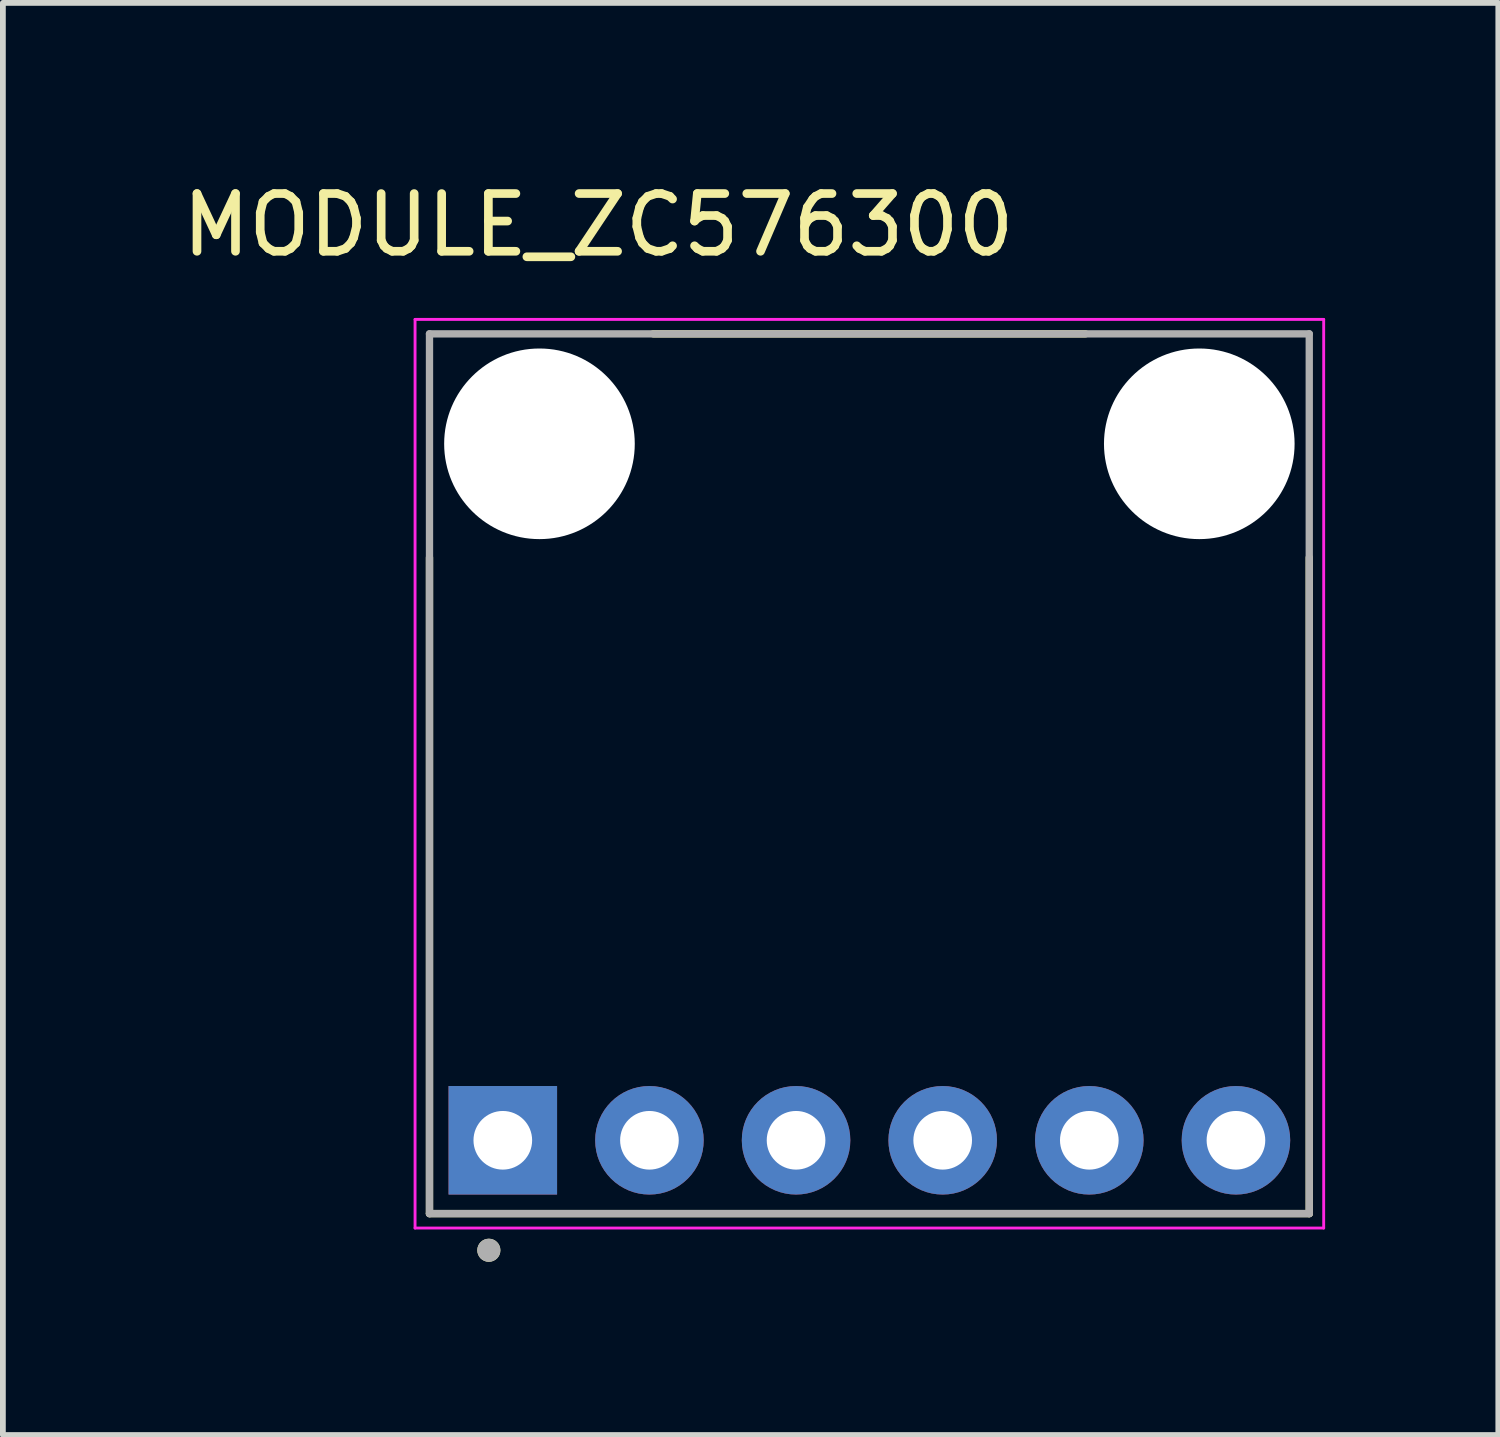
<source format=kicad_pcb>
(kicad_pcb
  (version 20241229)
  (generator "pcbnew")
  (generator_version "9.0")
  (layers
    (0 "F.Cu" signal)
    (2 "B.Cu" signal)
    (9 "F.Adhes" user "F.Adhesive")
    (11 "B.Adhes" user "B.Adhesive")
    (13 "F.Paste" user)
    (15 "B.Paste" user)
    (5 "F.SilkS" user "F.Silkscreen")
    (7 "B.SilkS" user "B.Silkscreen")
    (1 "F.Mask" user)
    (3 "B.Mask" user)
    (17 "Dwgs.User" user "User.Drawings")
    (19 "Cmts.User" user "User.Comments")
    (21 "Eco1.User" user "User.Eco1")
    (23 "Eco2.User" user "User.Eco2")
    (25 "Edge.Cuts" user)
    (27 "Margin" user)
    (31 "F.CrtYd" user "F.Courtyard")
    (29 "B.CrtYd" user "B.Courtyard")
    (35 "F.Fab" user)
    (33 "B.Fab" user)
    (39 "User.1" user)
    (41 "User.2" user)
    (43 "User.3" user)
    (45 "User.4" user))
  (footprint "MODULE_ZC576300"
    (layer "F.Cu")
    (at 12.01 10.353)
    (property "Reference" "MODULE_ZC576300" (at -4.695 -9.505 0) (layer "F.SilkS") (effects (font (size 1 1) (thickness 0.15))))
    (attr through_hole)
    (fp_line (start -7.62 7.62) (end -7.62 -3.744) (stroke (width 0.127) (type solid)) (layer "F.SilkS"))
    (fp_line (start -3.744 -7.62) (end 3.744 -7.62) (stroke (width 0.127) (type solid)) (layer "F.SilkS"))
    (fp_line (start 7.62 7.62) (end -7.62 7.62) (stroke (width 0.127) (type solid)) (layer "F.SilkS"))
    (fp_line (start 7.62 7.62) (end 7.62 -3.744) (stroke (width 0.127) (type solid)) (layer "F.SilkS"))
    (fp_circle (center -6.592 8.255) (end -6.492 8.255) (stroke (width 0.2) (type solid)) (fill no) (layer "F.SilkS"))
    (fp_line (start -7.87 -7.87) (end -7.87 7.87) (stroke (width 0.05) (type solid)) (layer "F.CrtYd"))
    (fp_line (start -7.87 7.87) (end 7.87 7.87) (stroke (width 0.05) (type solid)) (layer "F.CrtYd"))
    (fp_line (start 7.87 -7.87) (end -7.87 -7.87) (stroke (width 0.05) (type solid)) (layer "F.CrtYd"))
    (fp_line (start 7.87 7.87) (end 7.87 -7.87) (stroke (width 0.05) (type solid)) (layer "F.CrtYd"))
    (fp_line (start -7.62 -7.62) (end 7.62 -7.62) (stroke (width 0.127) (type solid)) (layer "F.Fab"))
    (fp_line (start -7.62 7.62) (end -7.62 -7.62) (stroke (width 0.127) (type solid)) (layer "F.Fab"))
    (fp_line (start 7.62 -7.62) (end 7.62 7.62) (stroke (width 0.127) (type solid)) (layer "F.Fab"))
    (fp_line (start 7.62 7.62) (end -7.62 7.62) (stroke (width 0.127) (type solid)) (layer "F.Fab"))
    (fp_circle (center -6.592 8.255) (end -6.492 8.255) (stroke (width 0.2) (type solid)) (fill no) (layer "F.Fab"))
    (pad "" np_thru_hole circle (at -5.715 -5.715) (size 3.302 3.302) (drill 3.302) (layers "*.Cu" "*.Mask"))
    (pad "" np_thru_hole circle (at 5.715 -5.715) (size 3.302 3.302) (drill 3.302) (layers "*.Cu" "*.Mask"))
    (pad "1" thru_hole rect (at -6.35 6.35) (size 1.88 1.88) (drill 1.016) (layers "*.Cu" "*.Mask"))
    (pad "2" thru_hole circle (at -3.81 6.35) (size 1.88 1.88) (drill 1.016) (layers "*.Cu" "*.Mask"))
    (pad "3" thru_hole circle (at -1.27 6.35) (size 1.88 1.88) (drill 1.016) (layers "*.Cu" "*.Mask"))
    (pad "4" thru_hole circle (at 1.27 6.35) (size 1.88 1.88) (drill 1.016) (layers "*.Cu" "*.Mask"))
    (pad "5" thru_hole circle (at 3.81 6.35) (size 1.88 1.88) (drill 1.016) (layers "*.Cu" "*.Mask"))
    (pad "6" thru_hole circle (at 6.35 6.35) (size 1.88 1.88) (drill 1.016) (layers "*.Cu" "*.Mask")))
  (gr_rect
    (start -3 -3)
    (end 22.905 21.808)
    (stroke (width 0.1) (type default))
    (fill no)
    (layer "Edge.Cuts")))
</source>
